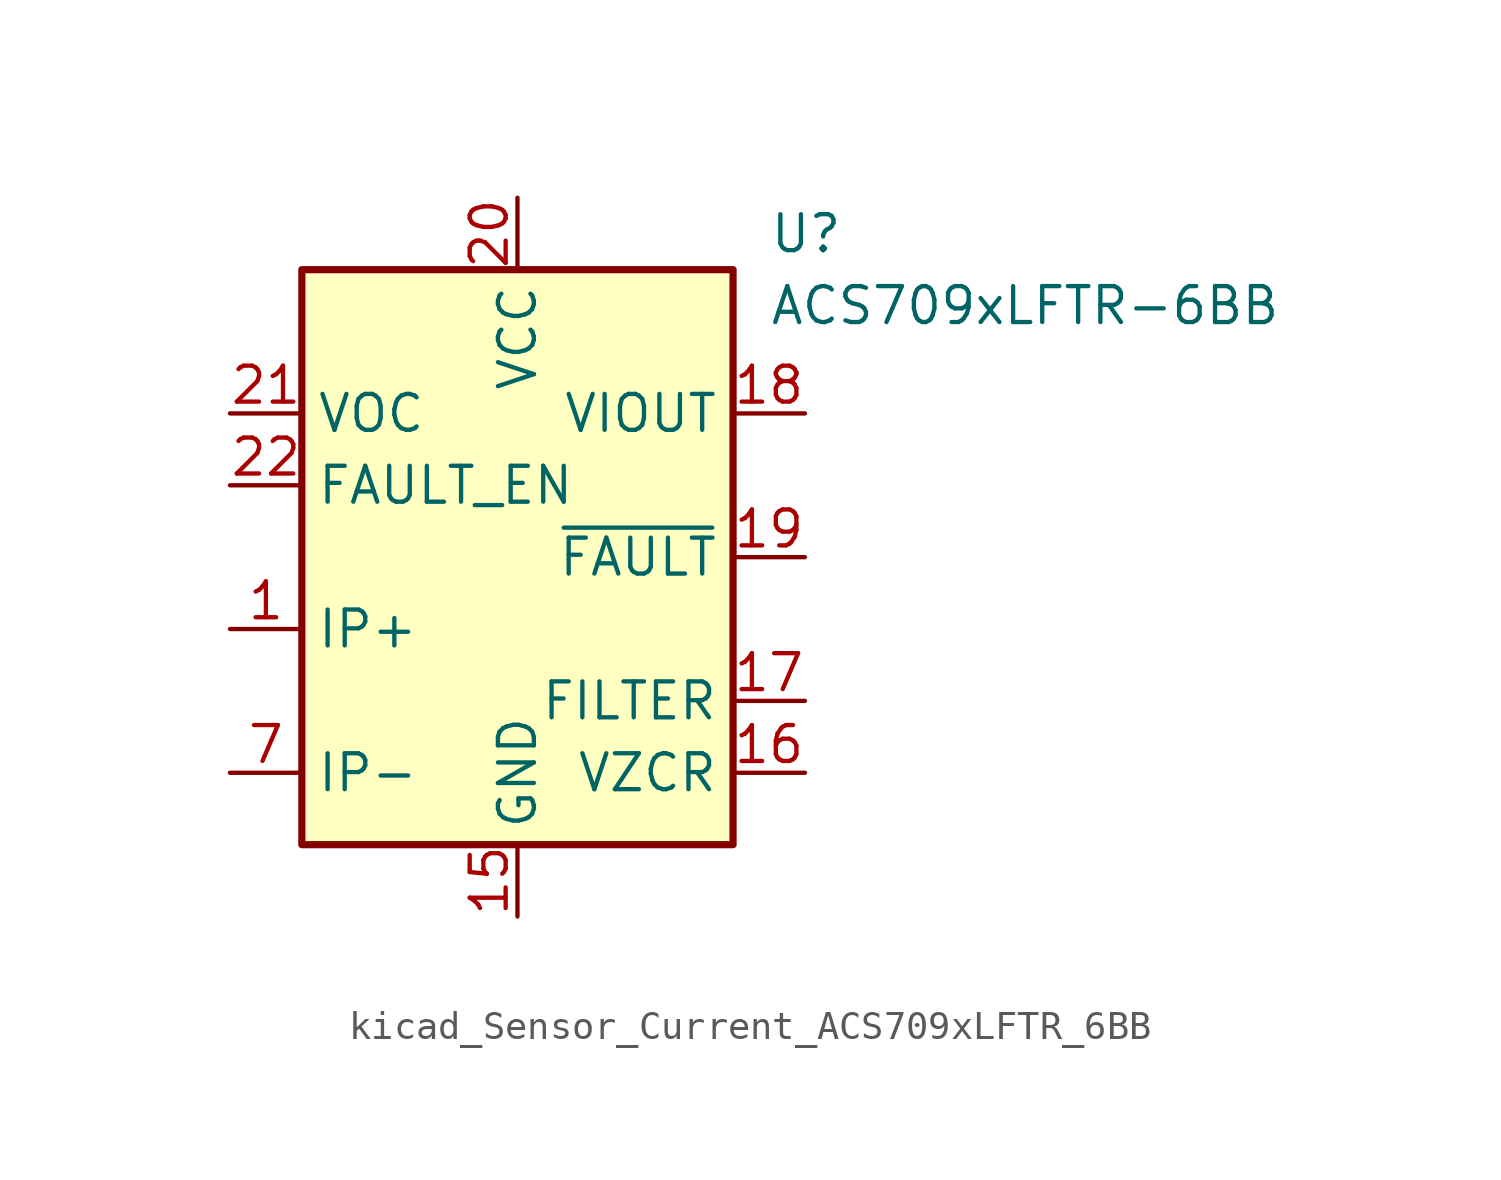
<source format=kicad_sym>
(kicad_symbol_lib
  (version 20220914)
  (generator kicad_symbol_editor)
  (symbol "kicad_Sensor_Current_ACS709xLFTR_6BB"
    (property "Reference" "U"
      (at 8.89 11.43 0)
      (effects (font (size 1.27 1.27)) (justify left)))
    (property "Value" "ACS709xLFTR-6BB"
      (at 8.89 8.89 0)
      (effects (font (size 1.27 1.27)) (justify left)))
    (symbol "kicad_Sensor_Current_ACS709xLFTR_6BB_0_1"
      (rectangle (start -7.62 10.16) (end 7.62 -10.16) (stroke (width 0.254) (type default)) (fill (type background))))
    (symbol "kicad_Sensor_Current_ACS709xLFTR_6BB_1_1"
      (pin passive line (at -10.16 -2.54 0) (length 2.54) (name "IP+" (effects (font (size 1.27 1.27)))) (number "1" (effects (font (size 1.27 1.27)))))
      (pin passive line (at -10.16 -7.62 0) (length 2.54) hide (name "IP-" (effects (font (size 1.27 1.27)))) (number "10" (effects (font (size 1.27 1.27)))))
      (pin passive line (at -10.16 -7.62 0) (length 2.54) hide (name "IP-" (effects (font (size 1.27 1.27)))) (number "11" (effects (font (size 1.27 1.27)))))
      (pin passive line (at -10.16 -7.62 0) (length 2.54) hide (name "IP-" (effects (font (size 1.27 1.27)))) (number "12" (effects (font (size 1.27 1.27)))))
      (pin no_connect line (at -7.62 10.16 0) (length 2.54) hide (name "NC" (effects (font (size 1.27 1.27)))) (number "13" (effects (font (size 1.27 1.27)))))
      (pin no_connect line (at -7.62 7.62 0) (length 2.54) hide (name "NC" (effects (font (size 1.27 1.27)))) (number "14" (effects (font (size 1.27 1.27)))))
      (pin power_in line (at 0 -12.7 90) (length 2.54) (name "GND" (effects (font (size 1.27 1.27)))) (number "15" (effects (font (size 1.27 1.27)))))
      (pin passive line (at 10.16 -7.62 180) (length 2.54) (name "VZCR" (effects (font (size 1.27 1.27)))) (number "16" (effects (font (size 1.27 1.27)))))
      (pin passive line (at 10.16 -5.08 180) (length 2.54) (name "FILTER" (effects (font (size 1.27 1.27)))) (number "17" (effects (font (size 1.27 1.27)))))
      (pin output line (at 10.16 5.08 180) (length 2.54) (name "VIOUT" (effects (font (size 1.27 1.27)))) (number "18" (effects (font (size 1.27 1.27)))))
      (pin output line (at 10.16 0 180) (length 2.54) (name "~{FAULT}" (effects (font (size 1.27 1.27)))) (number "19" (effects (font (size 1.27 1.27)))))
      (pin passive line (at -10.16 -2.54 0) (length 2.54) hide (name "IP+" (effects (font (size 1.27 1.27)))) (number "2" (effects (font (size 1.27 1.27)))))
      (pin power_in line (at 0 12.7 270) (length 2.54) (name "VCC" (effects (font (size 1.27 1.27)))) (number "20" (effects (font (size 1.27 1.27)))))
      (pin input line (at -10.16 5.08 0) (length 2.54) (name "VOC" (effects (font (size 1.27 1.27)))) (number "21" (effects (font (size 1.27 1.27)))))
      (pin input line (at -10.16 2.54 0) (length 2.54) (name "FAULT_EN" (effects (font (size 1.27 1.27)))) (number "22" (effects (font (size 1.27 1.27)))))
      (pin no_connect line (at -7.62 0 0) (length 2.54) hide (name "NC" (effects (font (size 1.27 1.27)))) (number "23" (effects (font (size 1.27 1.27)))))
      (pin no_connect line (at -7.62 -5.08 0) (length 2.54) hide (name "NC" (effects (font (size 1.27 1.27)))) (number "24" (effects (font (size 1.27 1.27)))))
      (pin passive line (at -10.16 -2.54 0) (length 2.54) hide (name "IP+" (effects (font (size 1.27 1.27)))) (number "3" (effects (font (size 1.27 1.27)))))
      (pin passive line (at -10.16 -2.54 0) (length 2.54) hide (name "IP+" (effects (font (size 1.27 1.27)))) (number "4" (effects (font (size 1.27 1.27)))))
      (pin passive line (at -10.16 -2.54 0) (length 2.54) hide (name "IP+" (effects (font (size 1.27 1.27)))) (number "5" (effects (font (size 1.27 1.27)))))
      (pin passive line (at -10.16 -2.54 0) (length 2.54) hide (name "IP+" (effects (font (size 1.27 1.27)))) (number "6" (effects (font (size 1.27 1.27)))))
      (pin passive line (at -10.16 -7.62 0) (length 2.54) (name "IP-" (effects (font (size 1.27 1.27)))) (number "7" (effects (font (size 1.27 1.27)))))
      (pin passive line (at -10.16 -7.62 0) (length 2.54) hide (name "IP-" (effects (font (size 1.27 1.27)))) (number "8" (effects (font (size 1.27 1.27)))))
      (pin passive line (at -10.16 -7.62 0) (length 2.54) hide (name "IP-" (effects (font (size 1.27 1.27)))) (number "9" (effects (font (size 1.27 1.27))))))))
</source>
